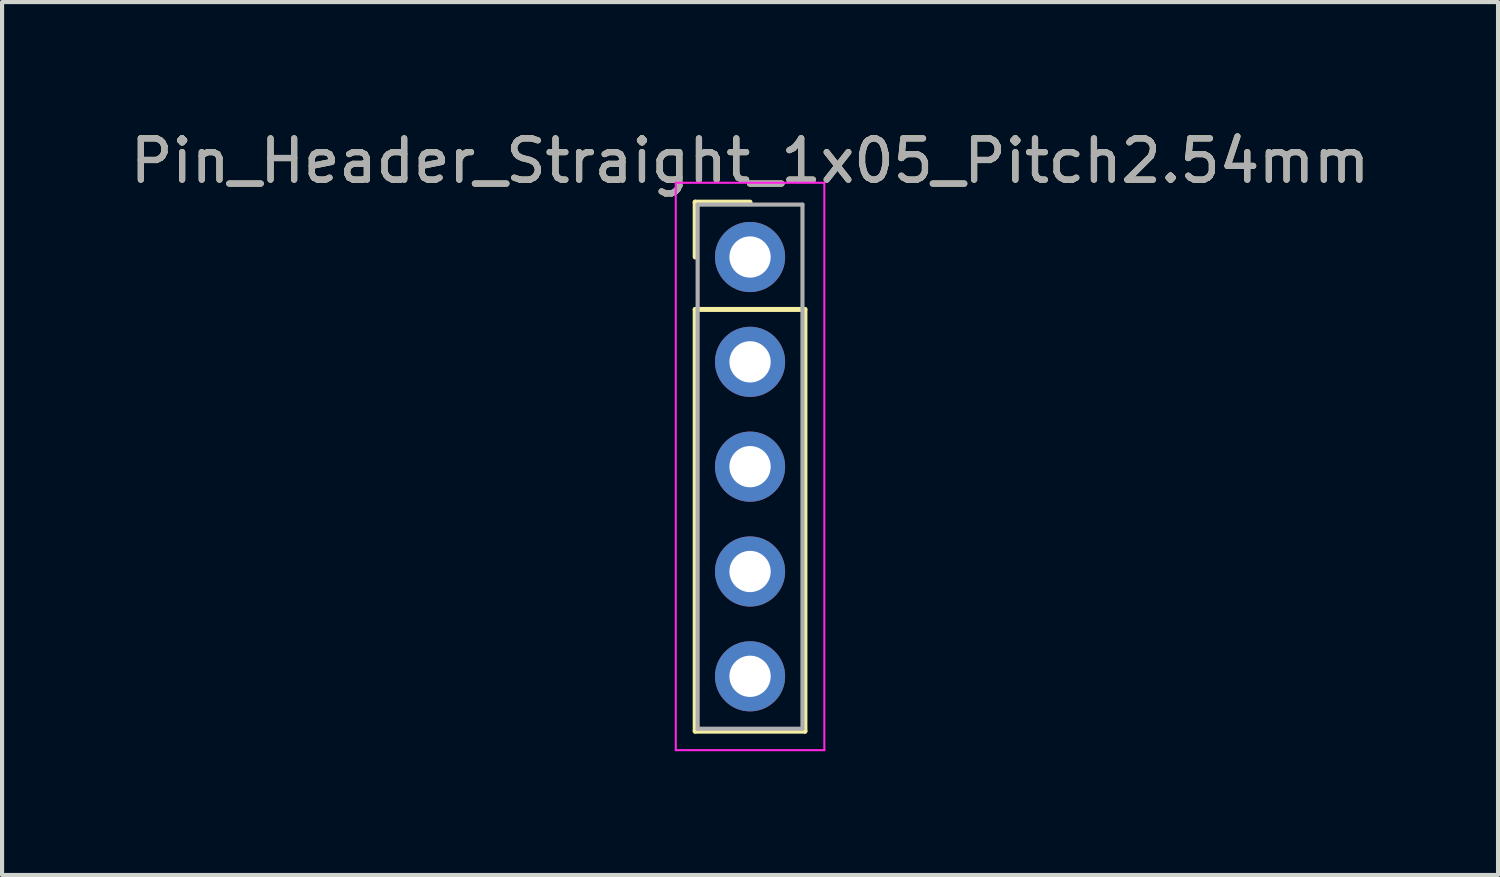
<source format=kicad_pcb>
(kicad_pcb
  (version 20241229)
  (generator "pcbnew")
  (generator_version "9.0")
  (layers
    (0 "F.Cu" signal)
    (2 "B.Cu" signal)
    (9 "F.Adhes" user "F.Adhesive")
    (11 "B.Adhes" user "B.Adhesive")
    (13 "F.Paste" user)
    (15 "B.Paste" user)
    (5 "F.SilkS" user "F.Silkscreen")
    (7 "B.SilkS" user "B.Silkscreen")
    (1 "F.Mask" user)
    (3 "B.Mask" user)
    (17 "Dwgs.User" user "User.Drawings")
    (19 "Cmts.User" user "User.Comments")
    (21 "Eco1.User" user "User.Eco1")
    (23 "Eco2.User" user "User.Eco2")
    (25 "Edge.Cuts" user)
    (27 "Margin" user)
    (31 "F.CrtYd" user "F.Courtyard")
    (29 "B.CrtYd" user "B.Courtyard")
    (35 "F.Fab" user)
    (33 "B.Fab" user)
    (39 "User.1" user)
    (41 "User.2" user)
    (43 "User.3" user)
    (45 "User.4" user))
  (footprint "Pin_Header_Straight_1x05_Pitch2.54mm"
    (layer "F.Cu")
    (at 15.125 3.178)
    (property "Reference" "Pin_Header_Straight_1x05_Pitch2.54mm" (at 0 -2.33 0) (layer "F.SilkS") (effects (font (size 1 1) (thickness 0.15))))
    (attr through_hole)
    (fp_line (start -1.33 -1.33) (end 0 -1.33) (stroke (width 0.12) (type solid)) (layer "F.SilkS"))
    (fp_line (start -1.33 0) (end -1.33 -1.33) (stroke (width 0.12) (type solid)) (layer "F.SilkS"))
    (fp_line (start -1.33 1.27) (end -1.33 11.49) (stroke (width 0.12) (type solid)) (layer "F.SilkS"))
    (fp_line (start -1.33 11.49) (end 1.33 11.49) (stroke (width 0.12) (type solid)) (layer "F.SilkS"))
    (fp_line (start 1.33 1.27) (end -1.33 1.27) (stroke (width 0.12) (type solid)) (layer "F.SilkS"))
    (fp_line (start 1.33 11.49) (end 1.33 1.27) (stroke (width 0.12) (type solid)) (layer "F.SilkS"))
    (fp_line (start -1.8 -1.8) (end -1.8 11.95) (stroke (width 0.05) (type solid)) (layer "F.CrtYd"))
    (fp_line (start -1.8 11.95) (end 1.8 11.95) (stroke (width 0.05) (type solid)) (layer "F.CrtYd"))
    (fp_line (start 1.8 -1.8) (end -1.8 -1.8) (stroke (width 0.05) (type solid)) (layer "F.CrtYd"))
    (fp_line (start 1.8 11.95) (end 1.8 -1.8) (stroke (width 0.05) (type solid)) (layer "F.CrtYd"))
    (fp_line (start -1.27 -1.27) (end -1.27 11.43) (stroke (width 0.1) (type solid)) (layer "F.Fab"))
    (fp_line (start -1.27 11.43) (end 1.27 11.43) (stroke (width 0.1) (type solid)) (layer "F.Fab"))
    (fp_line (start 1.27 -1.27) (end -1.27 -1.27) (stroke (width 0.1) (type solid)) (layer "F.Fab"))
    (fp_line (start 1.27 11.43) (end 1.27 -1.27) (stroke (width 0.1) (type solid)) (layer "F.Fab"))
    (fp_text user "${REFERENCE}" (at 0 -2.33 0) (layer "F.Fab") (effects (font (size 1 1) (thickness 0.15))))
    (pad "1" thru_hole circle (at 0 0) (size 1.7 1.7) (drill 1) (layers "*.Cu" "*.Mask"))
    (pad "2" thru_hole oval (at 0 2.54) (size 1.7 1.7) (drill 1) (layers "*.Cu" "*.Mask"))
    (pad "3" thru_hole oval (at 0 5.08) (size 1.7 1.7) (drill 1) (layers "*.Cu" "*.Mask"))
    (pad "4" thru_hole oval (at 0 7.62) (size 1.7 1.7) (drill 1) (layers "*.Cu" "*.Mask"))
    (pad "5" thru_hole oval (at 0 10.16) (size 1.7 1.7) (drill 1) (layers "*.Cu" "*.Mask")))
  (gr_rect
    (start -3 -3)
    (end 33.25 18.153)
    (stroke (width 0.1) (type default))
    (fill no)
    (layer "Edge.Cuts")))
</source>
